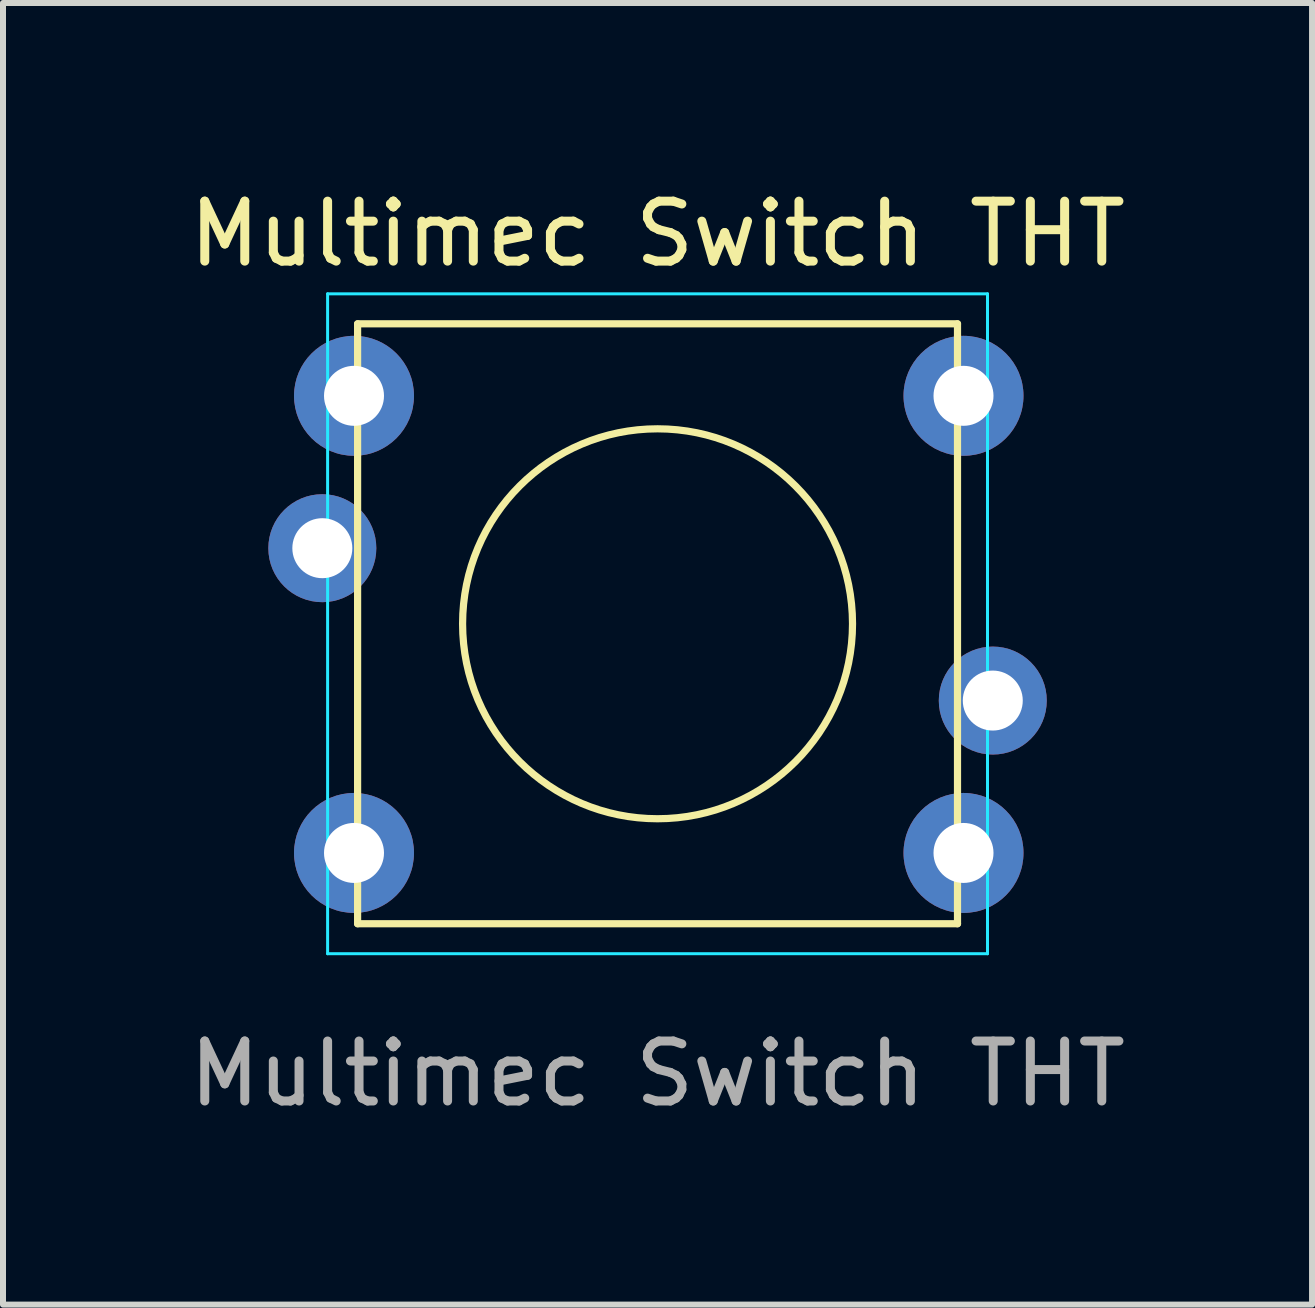
<source format=kicad_pcb>
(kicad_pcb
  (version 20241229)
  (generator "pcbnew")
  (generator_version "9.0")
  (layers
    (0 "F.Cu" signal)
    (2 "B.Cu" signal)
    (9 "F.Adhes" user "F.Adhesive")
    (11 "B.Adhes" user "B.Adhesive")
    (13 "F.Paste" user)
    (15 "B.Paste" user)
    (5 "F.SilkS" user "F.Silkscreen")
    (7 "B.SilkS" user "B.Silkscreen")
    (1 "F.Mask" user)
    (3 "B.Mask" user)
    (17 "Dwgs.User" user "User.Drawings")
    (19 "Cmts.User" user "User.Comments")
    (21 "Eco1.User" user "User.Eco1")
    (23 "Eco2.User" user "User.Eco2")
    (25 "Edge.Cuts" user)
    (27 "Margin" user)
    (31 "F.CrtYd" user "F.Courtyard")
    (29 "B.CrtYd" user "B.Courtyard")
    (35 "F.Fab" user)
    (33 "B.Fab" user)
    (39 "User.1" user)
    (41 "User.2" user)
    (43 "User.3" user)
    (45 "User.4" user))
  (footprint "Multimec Switch THT"
    (layer "F.Cu")
    (at 7.911 7.348)
    (property "Reference" "Multimec Switch THT" (at 0 -6.5 0) (unlocked yes) (layer "F.SilkS") (effects (font (size 1 1) (thickness 0.15))))
    (attr through_hole)
    (fp_line (start -5 -5) (end 5 -5) (stroke (width 0.12) (type default)) (layer "F.SilkS"))
    (fp_line (start -5 5) (end -5 -5) (stroke (width 0.12) (type default)) (layer "F.SilkS"))
    (fp_line (start 5 -5) (end 5 5) (stroke (width 0.12) (type default)) (layer "F.SilkS"))
    (fp_line (start 5 5) (end -5 5) (stroke (width 0.12) (type default)) (layer "F.SilkS"))
    (fp_circle (center 0 0) (end 3.25 0) (stroke (width 0.12) (type default)) (fill no) (layer "F.SilkS"))
    (fp_line (start -5.5 -5.5) (end 5.5 -5.5) (stroke (width 0.05) (type default)) (layer "B.CrtYd"))
    (fp_line (start -5.5 5.5) (end -5.5 -5.5) (stroke (width 0.05) (type default)) (layer "B.CrtYd"))
    (fp_line (start 5.5 -5.5) (end 5.5 5.5) (stroke (width 0.05) (type default)) (layer "B.CrtYd"))
    (fp_line (start 5.5 5.5) (end -5.5 5.5) (stroke (width 0.05) (type default)) (layer "B.CrtYd"))
    (fp_text user "${REFERENCE}" (at 0 7.5 0) (unlocked yes) (layer "F.Fab") (effects (font (size 1 1) (thickness 0.15))))
    (pad "1" thru_hole circle (at 5.1 -3.8) (size 2 2) (drill 1) (layers "*.Cu" "*.Mask"))
    (pad "2" thru_hole circle (at -5.06 -3.8) (size 2 2) (drill 1) (layers "*.Cu" "*.Mask"))
    (pad "3" thru_hole circle (at 5.1 3.82) (size 2 2) (drill 1) (layers "*.Cu" "*.Mask"))
    (pad "4" thru_hole circle (at -5.06 3.82) (size 2 2) (drill 1) (layers "*.Cu" "*.Mask"))
    (pad "5" thru_hole circle (at -5.588 -1.26) (size 1.8 1.8) (drill 1) (layers "*.Cu" "*.Mask"))
    (pad "6" thru_hole circle (at 5.588 1.28) (size 1.8 1.8) (drill 1) (layers "*.Cu" "*.Mask")))
  (gr_rect
    (start -3 -3)
    (end 18.821 18.697)
    (stroke (width 0.1) (type default))
    (fill no)
    (layer "Edge.Cuts")))
</source>
